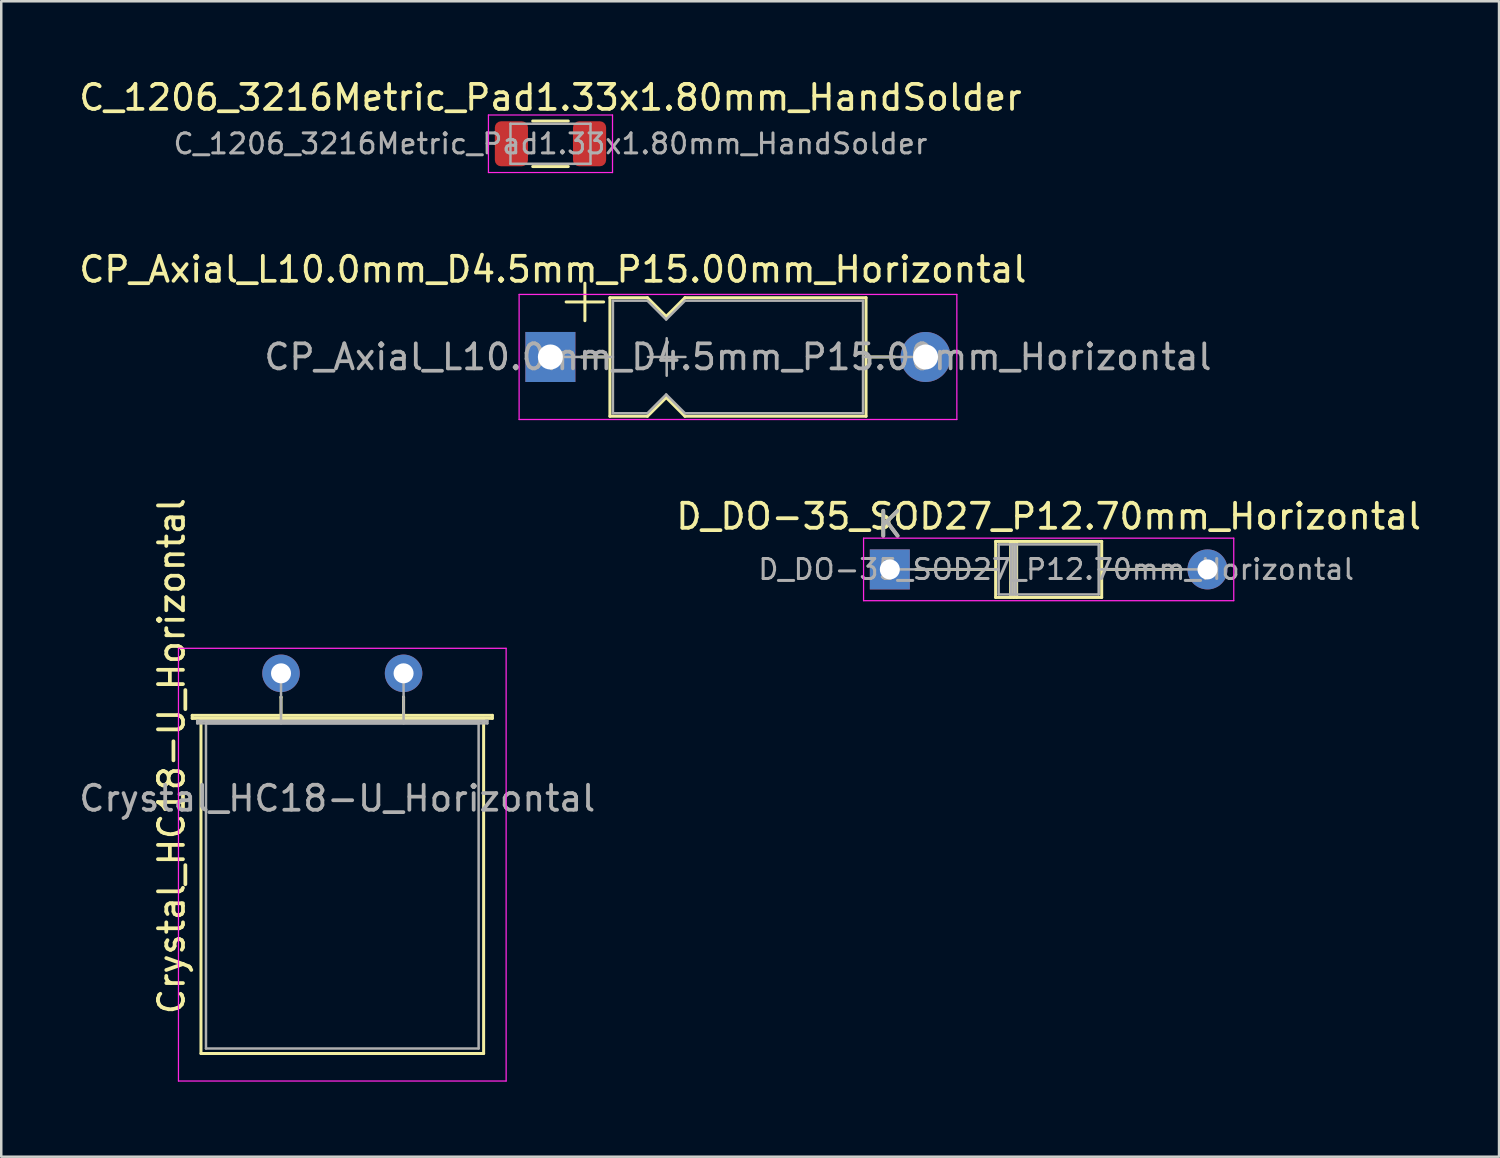
<source format=kicad_pcb>
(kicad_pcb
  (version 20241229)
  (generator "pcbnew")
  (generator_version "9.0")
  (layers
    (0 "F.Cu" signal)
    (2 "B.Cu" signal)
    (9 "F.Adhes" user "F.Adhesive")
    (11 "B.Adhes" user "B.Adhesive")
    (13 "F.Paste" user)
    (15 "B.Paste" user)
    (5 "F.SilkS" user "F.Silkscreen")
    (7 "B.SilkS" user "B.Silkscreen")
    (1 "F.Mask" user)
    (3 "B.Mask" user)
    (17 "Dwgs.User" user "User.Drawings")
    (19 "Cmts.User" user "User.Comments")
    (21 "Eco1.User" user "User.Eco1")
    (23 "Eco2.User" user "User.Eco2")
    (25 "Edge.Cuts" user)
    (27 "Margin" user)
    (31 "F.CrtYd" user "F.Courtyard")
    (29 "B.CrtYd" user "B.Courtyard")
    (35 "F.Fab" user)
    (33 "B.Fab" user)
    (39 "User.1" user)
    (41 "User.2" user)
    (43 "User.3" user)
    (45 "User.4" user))
  (footprint "D_DO-35_SOD27_P12.70mm_Horizontal"
    (layer "F.Cu")
    (at 32.525 19.715)
    (property "Reference" "D_DO-35_SOD27_P12.70mm_Horizontal" (at 6.35 -2.12 0) (layer "F.SilkS") (effects (font (size 1 1) (thickness 0.15))))
    (attr through_hole)
    (fp_line (start 1.04 0) (end 4.23 0) (stroke (width 0.12) (type solid)) (layer "F.SilkS"))
    (fp_line (start 4.23 -1.12) (end 4.23 1.12) (stroke (width 0.12) (type solid)) (layer "F.SilkS"))
    (fp_line (start 4.23 1.12) (end 8.47 1.12) (stroke (width 0.12) (type solid)) (layer "F.SilkS"))
    (fp_line (start 4.83 -1.12) (end 4.83 1.12) (stroke (width 0.12) (type solid)) (layer "F.SilkS"))
    (fp_line (start 4.95 -1.12) (end 4.95 1.12) (stroke (width 0.12) (type solid)) (layer "F.SilkS"))
    (fp_line (start 5.07 -1.12) (end 5.07 1.12) (stroke (width 0.12) (type solid)) (layer "F.SilkS"))
    (fp_line (start 8.47 -1.12) (end 4.23 -1.12) (stroke (width 0.12) (type solid)) (layer "F.SilkS"))
    (fp_line (start 8.47 1.12) (end 8.47 -1.12) (stroke (width 0.12) (type solid)) (layer "F.SilkS"))
    (fp_line (start 11.66 0) (end 8.47 0) (stroke (width 0.12) (type solid)) (layer "F.SilkS"))
    (fp_line (start -1.05 -1.25) (end -1.05 1.25) (stroke (width 0.05) (type solid)) (layer "F.CrtYd"))
    (fp_line (start -1.05 1.25) (end 13.75 1.25) (stroke (width 0.05) (type solid)) (layer "F.CrtYd"))
    (fp_line (start 13.75 -1.25) (end -1.05 -1.25) (stroke (width 0.05) (type solid)) (layer "F.CrtYd"))
    (fp_line (start 13.75 1.25) (end 13.75 -1.25) (stroke (width 0.05) (type solid)) (layer "F.CrtYd"))
    (fp_line (start 0 0) (end 4.35 0) (stroke (width 0.1) (type solid)) (layer "F.Fab"))
    (fp_line (start 4.35 -1) (end 4.35 1) (stroke (width 0.1) (type solid)) (layer "F.Fab"))
    (fp_line (start 4.35 1) (end 8.35 1) (stroke (width 0.1) (type solid)) (layer "F.Fab"))
    (fp_line (start 4.85 -1) (end 4.85 1) (stroke (width 0.1) (type solid)) (layer "F.Fab"))
    (fp_line (start 4.95 -1) (end 4.95 1) (stroke (width 0.1) (type solid)) (layer "F.Fab"))
    (fp_line (start 5.05 -1) (end 5.05 1) (stroke (width 0.1) (type solid)) (layer "F.Fab"))
    (fp_line (start 8.35 -1) (end 4.35 -1) (stroke (width 0.1) (type solid)) (layer "F.Fab"))
    (fp_line (start 8.35 1) (end 8.35 -1) (stroke (width 0.1) (type solid)) (layer "F.Fab"))
    (fp_line (start 12.7 0) (end 8.35 0) (stroke (width 0.1) (type solid)) (layer "F.Fab"))
    (fp_text user "K" (at 0 -1.8 0) (layer "F.SilkS") (effects (font (size 1 1) (thickness 0.15))))
    (fp_text user "${REFERENCE}" (at 6.65 0 0) (layer "F.Fab") (effects (font (size 0.8 0.8) (thickness 0.12))))
    (fp_text user "K" (at 0 -1.8 0) (layer "F.Fab") (effects (font (size 1 1) (thickness 0.15))))
    (pad "1" thru_hole rect (at 0 0) (size 1.6 1.6) (drill 0.8) (layers "*.Cu" "*.Mask"))
    (pad "2" thru_hole oval (at 12.7 0) (size 1.6 1.6) (drill 0.8) (layers "*.Cu" "*.Mask")))
  (footprint "Crystal_HC18-U_Horizontal"
    (layer "F.Cu")
    (at 8.185 23.869)
    (property "Reference" "Crystal_HC18-U_Horizontal" (at -4.375 3.312 90) (layer "F.SilkS") (effects (font (size 1 1) (thickness 0.15))))
    (attr through_hole)
    (fp_line (start -3.55 1.68) (end 8.45 1.68) (stroke (width 0.12) (type solid)) (layer "F.SilkS"))
    (fp_line (start -3.55 1.8) (end -3.55 1.68) (stroke (width 0.12) (type solid)) (layer "F.SilkS"))
    (fp_line (start -3.2 1.8) (end -3.2 15.2) (stroke (width 0.12) (type solid)) (layer "F.SilkS"))
    (fp_line (start -3.2 15.2) (end 8.1 15.2) (stroke (width 0.12) (type solid)) (layer "F.SilkS"))
    (fp_line (start 0 0.95) (end 0 0.95) (stroke (width 0.12) (type solid)) (layer "F.SilkS"))
    (fp_line (start 0 1.8) (end 0 0.95) (stroke (width 0.12) (type solid)) (layer "F.SilkS"))
    (fp_line (start 4.9 0.95) (end 4.9 0.95) (stroke (width 0.12) (type solid)) (layer "F.SilkS"))
    (fp_line (start 4.9 1.8) (end 4.9 0.95) (stroke (width 0.12) (type solid)) (layer "F.SilkS"))
    (fp_line (start 8.1 1.8) (end -3.2 1.8) (stroke (width 0.12) (type solid)) (layer "F.SilkS"))
    (fp_line (start 8.1 15.2) (end 8.1 1.8) (stroke (width 0.12) (type solid)) (layer "F.SilkS"))
    (fp_line (start 8.45 1.68) (end 8.45 1.8) (stroke (width 0.12) (type solid)) (layer "F.SilkS"))
    (fp_line (start 8.45 1.8) (end -3.55 1.8) (stroke (width 0.12) (type solid)) (layer "F.SilkS"))
    (fp_line (start -4.1 -1) (end -4.1 16.3) (stroke (width 0.05) (type solid)) (layer "F.CrtYd"))
    (fp_line (start -4.1 16.3) (end 9 16.3) (stroke (width 0.05) (type solid)) (layer "F.CrtYd"))
    (fp_line (start 9 -1) (end -4.1 -1) (stroke (width 0.05) (type solid)) (layer "F.CrtYd"))
    (fp_line (start 9 16.3) (end 9 -1) (stroke (width 0.05) (type solid)) (layer "F.CrtYd"))
    (fp_line (start -3.35 1.9) (end 8.25 1.9) (stroke (width 0.1) (type solid)) (layer "F.Fab"))
    (fp_line (start -3.35 2) (end -3.35 1.9) (stroke (width 0.1) (type solid)) (layer "F.Fab"))
    (fp_line (start -3 2) (end -3 15) (stroke (width 0.1) (type solid)) (layer "F.Fab"))
    (fp_line (start -3 15) (end 7.9 15) (stroke (width 0.1) (type solid)) (layer "F.Fab"))
    (fp_line (start 0 1) (end 0 0) (stroke (width 0.1) (type solid)) (layer "F.Fab"))
    (fp_line (start 0 2) (end 0 1) (stroke (width 0.1) (type solid)) (layer "F.Fab"))
    (fp_line (start 4.9 1) (end 4.9 0) (stroke (width 0.1) (type solid)) (layer "F.Fab"))
    (fp_line (start 4.9 2) (end 4.9 1) (stroke (width 0.1) (type solid)) (layer "F.Fab"))
    (fp_line (start 7.9 2) (end -3 2) (stroke (width 0.1) (type solid)) (layer "F.Fab"))
    (fp_line (start 7.9 15) (end 7.9 2) (stroke (width 0.1) (type solid)) (layer "F.Fab"))
    (fp_line (start 8.25 1.9) (end 8.25 2) (stroke (width 0.1) (type solid)) (layer "F.Fab"))
    (fp_line (start 8.25 2) (end -3.35 2) (stroke (width 0.1) (type solid)) (layer "F.Fab"))
    (fp_text user "${REFERENCE}" (at 2.25 5 0) (layer "F.Fab") (effects (font (size 1 1) (thickness 0.15))))
    (pad "1" thru_hole circle (at 0 0) (size 1.5 1.5) (drill 0.8) (layers "*.Cu" "*.Mask"))
    (pad "2" thru_hole circle (at 4.9 0) (size 1.5 1.5) (drill 0.8) (layers "*.Cu" "*.Mask")))
  (footprint "C_1206_3216Metric_Pad1.33x1.80mm_HandSolder"
    (layer "F.Cu")
    (at 18.958 2.698)
    (property "Reference" "C_1206_3216Metric_Pad1.33x1.80mm_HandSolder" (at 0 -1.85 0) (layer "F.SilkS") (effects (font (size 1 1) (thickness 0.15))))
    (attr smd)
    (fp_line (start 0.711 -0.91) (end -0.711 -0.91) (stroke (width 0.12) (type solid)) (layer "F.SilkS"))
    (fp_line (start 0.711 0.91) (end -0.711 0.91) (stroke (width 0.12) (type solid)) (layer "F.SilkS"))
    (fp_line (start -2.48 -1.15) (end -2.48 1.15) (stroke (width 0.05) (type solid)) (layer "F.CrtYd"))
    (fp_line (start -2.48 1.15) (end 2.48 1.15) (stroke (width 0.05) (type solid)) (layer "F.CrtYd"))
    (fp_line (start 2.48 -1.15) (end -2.48 -1.15) (stroke (width 0.05) (type solid)) (layer "F.CrtYd"))
    (fp_line (start 2.48 1.15) (end 2.48 -1.15) (stroke (width 0.05) (type solid)) (layer "F.CrtYd"))
    (fp_line (start -1.6 -0.8) (end -1.6 0.8) (stroke (width 0.1) (type solid)) (layer "F.Fab"))
    (fp_line (start -1.6 0.8) (end 1.6 0.8) (stroke (width 0.1) (type solid)) (layer "F.Fab"))
    (fp_line (start 1.6 -0.8) (end -1.6 -0.8) (stroke (width 0.1) (type solid)) (layer "F.Fab"))
    (fp_line (start 1.6 0.8) (end 1.6 -0.8) (stroke (width 0.1) (type solid)) (layer "F.Fab"))
    (fp_text user "${REFERENCE}" (at 0 0 0) (layer "F.Fab") (effects (font (size 0.8 0.8) (thickness 0.12))))
    (pad "1" smd roundrect (at -1.562 0 180) (size 1.325 1.8) (layers "F.Cu" "F.Mask" "F.Paste") (roundrect_rratio 0.189))
    (pad "2" smd roundrect (at 1.562 0 180) (size 1.325 1.8) (layers "F.Cu" "F.Mask" "F.Paste") (roundrect_rratio 0.189)))
  (footprint "CP_Axial_L10.0mm_D4.5mm_P15.00mm_Horizontal"
    (layer "F.Cu")
    (at 18.954 11.222)
    (property "Reference" "CP_Axial_L10.0mm_D4.5mm_P15.00mm_Horizontal" (at 0.1 -3.5 0) (layer "F.SilkS") (effects (font (size 1 1) (thickness 0.15))))
    (attr through_hole)
    (fp_line (start 0.63 -2.2) (end 2.13 -2.2) (stroke (width 0.12) (type solid)) (layer "F.SilkS"))
    (fp_line (start 1.24 0) (end 2.38 0) (stroke (width 0.12) (type solid)) (layer "F.SilkS"))
    (fp_line (start 1.38 -2.95) (end 1.38 -1.45) (stroke (width 0.12) (type solid)) (layer "F.SilkS"))
    (fp_line (start 2.38 -2.37) (end 2.38 2.37) (stroke (width 0.12) (type solid)) (layer "F.SilkS"))
    (fp_line (start 2.38 -2.37) (end 3.88 -2.37) (stroke (width 0.12) (type solid)) (layer "F.SilkS"))
    (fp_line (start 2.38 2.37) (end 3.88 2.37) (stroke (width 0.12) (type solid)) (layer "F.SilkS"))
    (fp_line (start 3.88 -2.37) (end 4.63 -1.62) (stroke (width 0.12) (type solid)) (layer "F.SilkS"))
    (fp_line (start 3.88 2.37) (end 4.63 1.62) (stroke (width 0.12) (type solid)) (layer "F.SilkS"))
    (fp_line (start 4.63 -1.62) (end 5.38 -2.37) (stroke (width 0.12) (type solid)) (layer "F.SilkS"))
    (fp_line (start 4.63 1.62) (end 5.38 2.37) (stroke (width 0.12) (type solid)) (layer "F.SilkS"))
    (fp_line (start 5.38 -2.37) (end 12.62 -2.37) (stroke (width 0.12) (type solid)) (layer "F.SilkS"))
    (fp_line (start 5.38 2.37) (end 12.62 2.37) (stroke (width 0.12) (type solid)) (layer "F.SilkS"))
    (fp_line (start 12.62 -2.37) (end 12.62 2.37) (stroke (width 0.12) (type solid)) (layer "F.SilkS"))
    (fp_line (start 13.76 0) (end 12.62 0) (stroke (width 0.12) (type solid)) (layer "F.SilkS"))
    (fp_line (start -1.25 -2.5) (end -1.25 2.5) (stroke (width 0.05) (type solid)) (layer "F.CrtYd"))
    (fp_line (start -1.25 2.5) (end 16.25 2.5) (stroke (width 0.05) (type solid)) (layer "F.CrtYd"))
    (fp_line (start 16.25 -2.5) (end -1.25 -2.5) (stroke (width 0.05) (type solid)) (layer "F.CrtYd"))
    (fp_line (start 16.25 2.5) (end 16.25 -2.5) (stroke (width 0.05) (type solid)) (layer "F.CrtYd"))
    (fp_line (start 0 0) (end 2.5 0) (stroke (width 0.1) (type solid)) (layer "F.Fab"))
    (fp_line (start 2.5 -2.25) (end 2.5 2.25) (stroke (width 0.1) (type solid)) (layer "F.Fab"))
    (fp_line (start 2.5 -2.25) (end 3.88 -2.25) (stroke (width 0.1) (type solid)) (layer "F.Fab"))
    (fp_line (start 2.5 2.25) (end 3.88 2.25) (stroke (width 0.1) (type solid)) (layer "F.Fab"))
    (fp_line (start 3.88 -2.25) (end 4.63 -1.5) (stroke (width 0.1) (type solid)) (layer "F.Fab"))
    (fp_line (start 3.88 2.25) (end 4.63 1.5) (stroke (width 0.1) (type solid)) (layer "F.Fab"))
    (fp_line (start 3.9 0) (end 5.4 0) (stroke (width 0.1) (type solid)) (layer "F.Fab"))
    (fp_line (start 4.63 -1.5) (end 5.38 -2.25) (stroke (width 0.1) (type solid)) (layer "F.Fab"))
    (fp_line (start 4.63 1.5) (end 5.38 2.25) (stroke (width 0.1) (type solid)) (layer "F.Fab"))
    (fp_line (start 4.65 -0.75) (end 4.65 0.75) (stroke (width 0.1) (type solid)) (layer "F.Fab"))
    (fp_line (start 5.38 -2.25) (end 12.5 -2.25) (stroke (width 0.1) (type solid)) (layer "F.Fab"))
    (fp_line (start 5.38 2.25) (end 12.5 2.25) (stroke (width 0.1) (type solid)) (layer "F.Fab"))
    (fp_line (start 12.5 -2.25) (end 12.5 2.25) (stroke (width 0.1) (type solid)) (layer "F.Fab"))
    (fp_line (start 15 0) (end 12.5 0) (stroke (width 0.1) (type solid)) (layer "F.Fab"))
    (fp_text user "${REFERENCE}" (at 7.5 0 0) (layer "F.Fab") (effects (font (size 1 1) (thickness 0.15))))
    (pad "1" thru_hole rect (at 0 0) (size 2 2) (drill 1) (layers "*.Cu" "*.Mask"))
    (pad "2" thru_hole oval (at 15 0) (size 2 2) (drill 1) (layers "*.Cu" "*.Mask")))
  (gr_rect
    (start -3 -3)
    (end 56.881 43.194)
    (stroke (width 0.1) (type default))
    (fill no)
    (layer "Edge.Cuts")))
</source>
